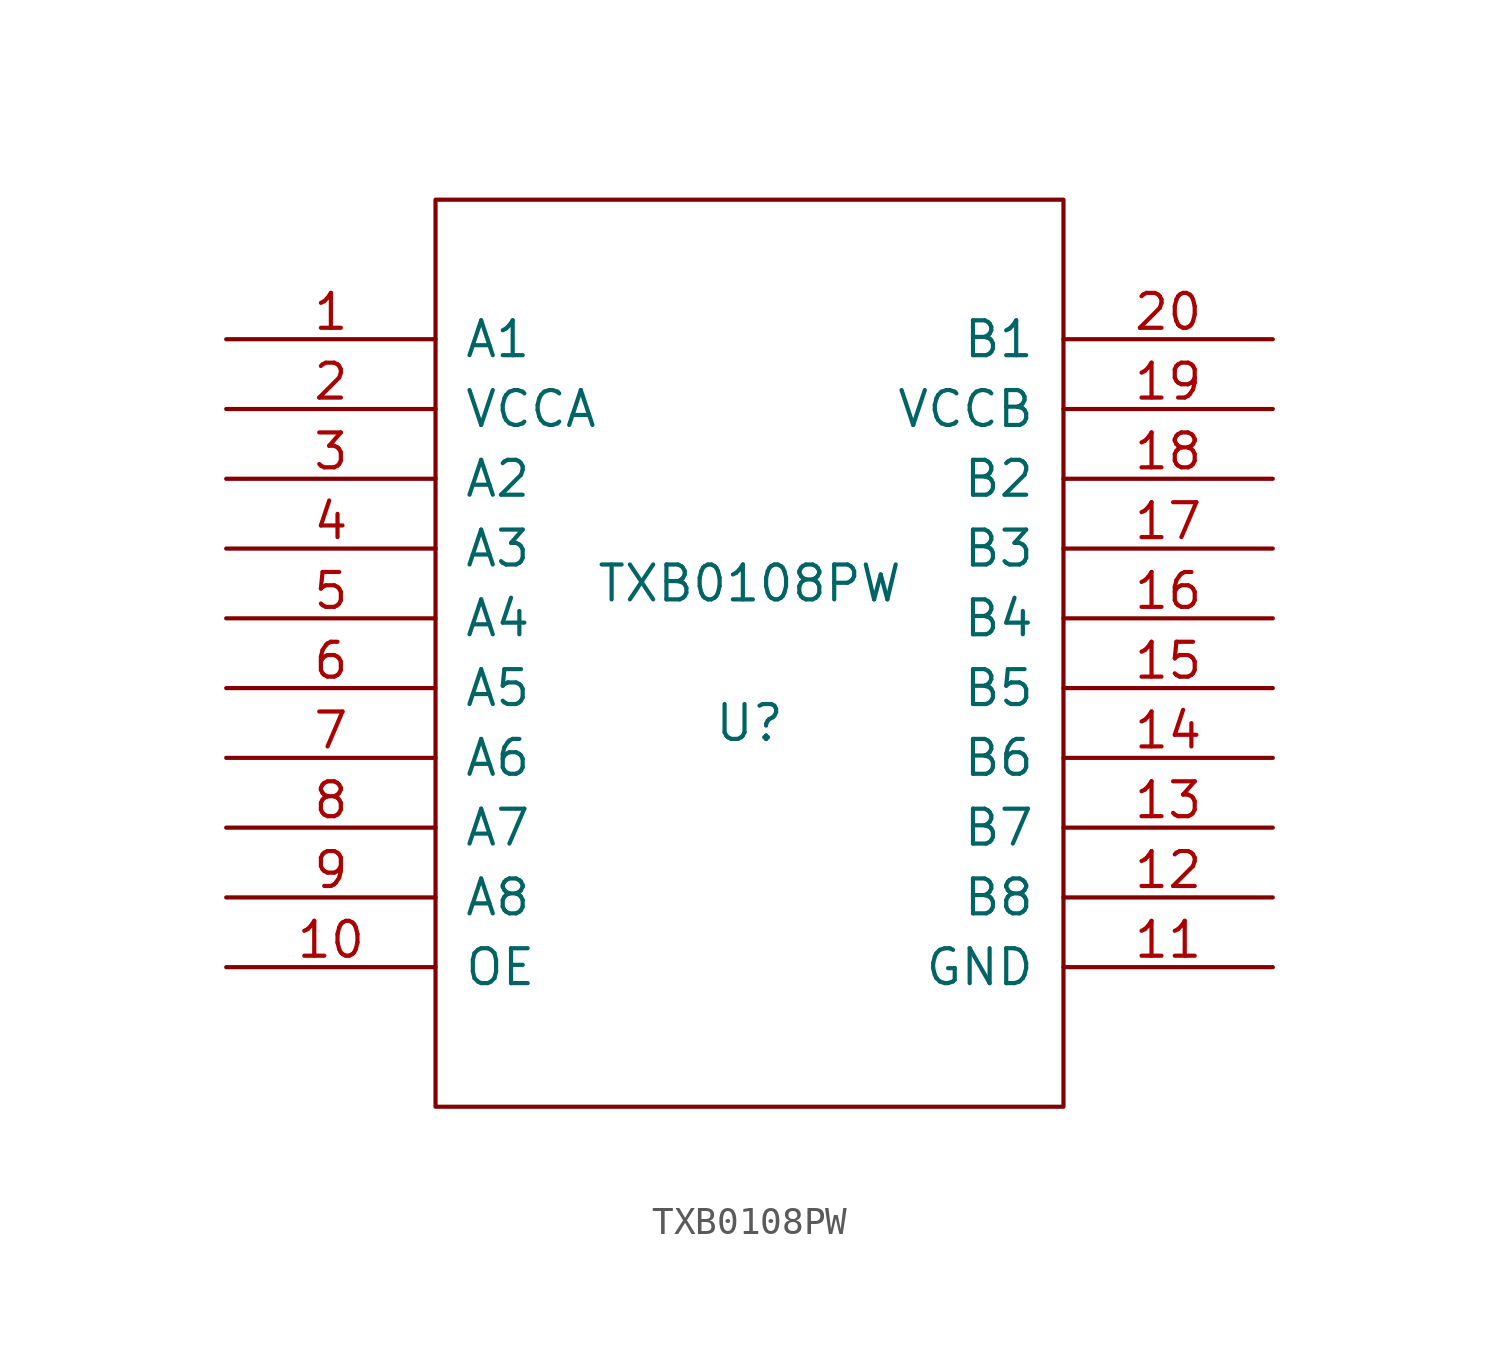
<source format=kicad_sym>
(kicad_symbol_lib
  (version 20211014)
  (generator kicad_symbol_editor)
  (symbol "TXB0108PW"
    (pin_names
      (offset 1.016))
    (property "Reference" "U"
      (at 0 -2.54 0)
      (effects (font (size 1.27 1.27))))
    (property "Value" "TXB0108PW"
      (at 0 2.54 0)
      (effects (font (size 1.27 1.27))))
    (symbol "TXB0108PW_1_0"
      (rectangle (start -11.43 -16.51) (end 11.43 16.51) (stroke (width 0) (type default) (color 0 0 0 0)) (fill (type none))))
    (symbol "TXB0108PW_1_1"
      (pin bidirectional line (at -19.05 11.43 0) (length 7.62) (name "A1" (effects (font (size 1.27 1.27)))) (number "1" (effects (font (size 1.27 1.27)))))
      (pin bidirectional line (at -19.05 -11.43 0) (length 7.62) (name "OE" (effects (font (size 1.27 1.27)))) (number "10" (effects (font (size 1.27 1.27)))))
      (pin bidirectional line (at 19.05 -11.43 180) (length 7.62) (name "GND" (effects (font (size 1.27 1.27)))) (number "11" (effects (font (size 1.27 1.27)))))
      (pin bidirectional line (at 19.05 -8.89 180) (length 7.62) (name "B8" (effects (font (size 1.27 1.27)))) (number "12" (effects (font (size 1.27 1.27)))))
      (pin bidirectional line (at 19.05 -6.35 180) (length 7.62) (name "B7" (effects (font (size 1.27 1.27)))) (number "13" (effects (font (size 1.27 1.27)))))
      (pin bidirectional line (at 19.05 -3.81 180) (length 7.62) (name "B6" (effects (font (size 1.27 1.27)))) (number "14" (effects (font (size 1.27 1.27)))))
      (pin bidirectional line (at 19.05 -1.27 180) (length 7.62) (name "B5" (effects (font (size 1.27 1.27)))) (number "15" (effects (font (size 1.27 1.27)))))
      (pin bidirectional line (at 19.05 1.27 180) (length 7.62) (name "B4" (effects (font (size 1.27 1.27)))) (number "16" (effects (font (size 1.27 1.27)))))
      (pin bidirectional line (at 19.05 3.81 180) (length 7.62) (name "B3" (effects (font (size 1.27 1.27)))) (number "17" (effects (font (size 1.27 1.27)))))
      (pin bidirectional line (at 19.05 6.35 180) (length 7.62) (name "B2" (effects (font (size 1.27 1.27)))) (number "18" (effects (font (size 1.27 1.27)))))
      (pin bidirectional line (at 19.05 8.89 180) (length 7.62) (name "VCCB" (effects (font (size 1.27 1.27)))) (number "19" (effects (font (size 1.27 1.27)))))
      (pin bidirectional line (at -19.05 8.89 0) (length 7.62) (name "VCCA" (effects (font (size 1.27 1.27)))) (number "2" (effects (font (size 1.27 1.27)))))
      (pin bidirectional line (at 19.05 11.43 180) (length 7.62) (name "B1" (effects (font (size 1.27 1.27)))) (number "20" (effects (font (size 1.27 1.27)))))
      (pin bidirectional line (at -19.05 6.35 0) (length 7.62) (name "A2" (effects (font (size 1.27 1.27)))) (number "3" (effects (font (size 1.27 1.27)))))
      (pin bidirectional line (at -19.05 3.81 0) (length 7.62) (name "A3" (effects (font (size 1.27 1.27)))) (number "4" (effects (font (size 1.27 1.27)))))
      (pin bidirectional line (at -19.05 1.27 0) (length 7.62) (name "A4" (effects (font (size 1.27 1.27)))) (number "5" (effects (font (size 1.27 1.27)))))
      (pin bidirectional line (at -19.05 -1.27 0) (length 7.62) (name "A5" (effects (font (size 1.27 1.27)))) (number "6" (effects (font (size 1.27 1.27)))))
      (pin bidirectional line (at -19.05 -3.81 0) (length 7.62) (name "A6" (effects (font (size 1.27 1.27)))) (number "7" (effects (font (size 1.27 1.27)))))
      (pin bidirectional line (at -19.05 -6.35 0) (length 7.62) (name "A7" (effects (font (size 1.27 1.27)))) (number "8" (effects (font (size 1.27 1.27)))))
      (pin bidirectional line (at -19.05 -8.89 0) (length 7.62) (name "A8" (effects (font (size 1.27 1.27)))) (number "9" (effects (font (size 1.27 1.27))))))))
</source>
